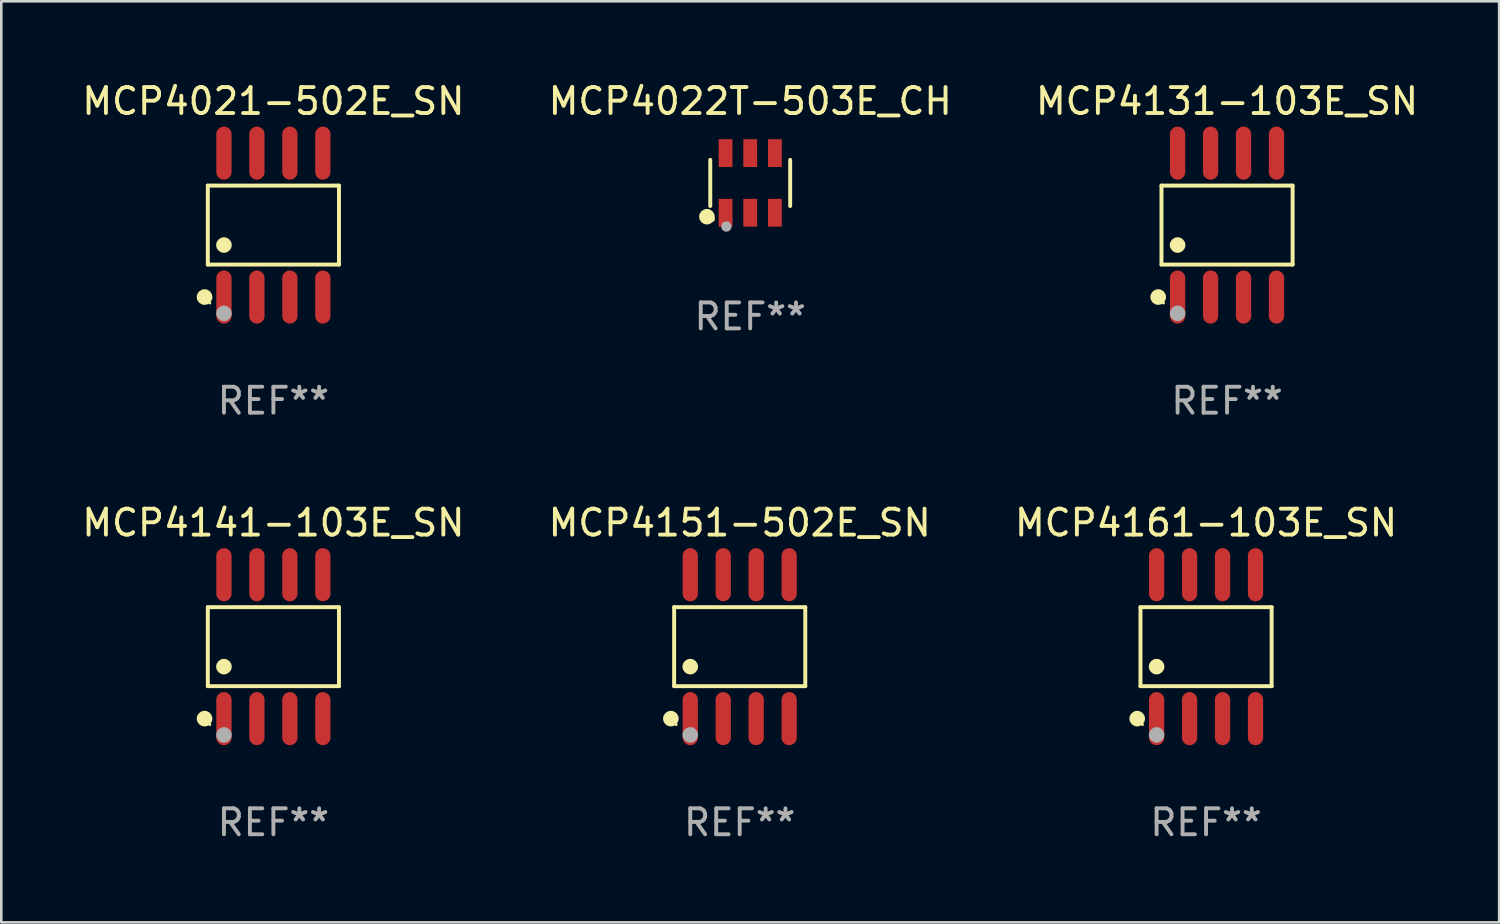
<source format=kicad_pcb>
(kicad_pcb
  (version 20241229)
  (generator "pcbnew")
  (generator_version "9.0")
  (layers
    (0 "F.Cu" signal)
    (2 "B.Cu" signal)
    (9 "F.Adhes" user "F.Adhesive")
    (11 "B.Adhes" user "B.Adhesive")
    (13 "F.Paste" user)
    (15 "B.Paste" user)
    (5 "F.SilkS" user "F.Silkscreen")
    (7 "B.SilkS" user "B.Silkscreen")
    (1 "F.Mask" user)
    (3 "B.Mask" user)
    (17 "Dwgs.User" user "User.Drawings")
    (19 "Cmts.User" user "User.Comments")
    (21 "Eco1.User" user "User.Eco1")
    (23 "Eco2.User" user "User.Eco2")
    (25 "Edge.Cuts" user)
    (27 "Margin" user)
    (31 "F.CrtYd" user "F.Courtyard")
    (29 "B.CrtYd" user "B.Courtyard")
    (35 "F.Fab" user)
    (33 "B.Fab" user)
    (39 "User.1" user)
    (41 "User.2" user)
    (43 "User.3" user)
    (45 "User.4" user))
  (footprint "MCP4161-103E_SN"
    (layer "F.Cu")
    (at 43.411 21.862)
    (property "Reference" "MCP4161-103E_SN" (at 0 -4.772 0) (layer "F.SilkS") (effects (font (size 1 1) (thickness 0.15))))
    (attr through_hole)
    (fp_line (start -2.526 -1.521) (end 2.526 -1.521) (stroke (width 0.152) (type solid)) (layer "F.SilkS"))
    (fp_line (start -2.526 1.521) (end -2.526 -1.521) (stroke (width 0.152) (type solid)) (layer "F.SilkS"))
    (fp_line (start 2.526 -1.521) (end 2.526 1.521) (stroke (width 0.152) (type solid)) (layer "F.SilkS"))
    (fp_line (start 2.526 1.521) (end -2.526 1.521) (stroke (width 0.152) (type solid)) (layer "F.SilkS"))
    (fp_circle (center -2.652 2.772) (end -2.501 2.772) (stroke (width 0.3) (type solid)) (fill no) (layer "F.SilkS"))
    (fp_circle (center -2.45 3) (end -2.42 3) (stroke (width 0.06) (type solid)) (fill no) (layer "F.SilkS"))
    (fp_circle (center -1.905 0.769) (end -1.755 0.769) (stroke (width 0.3) (type solid)) (fill no) (layer "F.SilkS"))
    (fp_circle (center -1.905 3.4) (end -1.755 3.4) (stroke (width 0.3) (type solid)) (fill no) (layer "F.Fab"))
    (fp_text user "REF**" (at 0 6.772 0) (layer "F.Fab") (effects (font (size 1 1) (thickness 0.15))))
    (pad "1" smd oval (at -1.905 2.772) (size 0.588 2.045) (layers "F.Cu" "F.Mask" "F.Paste"))
    (pad "2" smd oval (at -0.635 2.772) (size 0.588 2.045) (layers "F.Cu" "F.Mask" "F.Paste"))
    (pad "3" smd oval (at 0.635 2.772) (size 0.588 2.045) (layers "F.Cu" "F.Mask" "F.Paste"))
    (pad "4" smd oval (at 1.905 2.772) (size 0.588 2.045) (layers "F.Cu" "F.Mask" "F.Paste"))
    (pad "5" smd oval (at 1.905 -2.772) (size 0.588 2.045) (layers "F.Cu" "F.Mask" "F.Paste"))
    (pad "6" smd oval (at 0.635 -2.772) (size 0.588 2.045) (layers "F.Cu" "F.Mask" "F.Paste"))
    (pad "7" smd oval (at -0.635 -2.772) (size 0.588 2.045) (layers "F.Cu" "F.Mask" "F.Paste"))
    (pad "8" smd oval (at -1.905 -2.772) (size 0.588 2.045) (layers "F.Cu" "F.Mask" "F.Paste")))
  (footprint "MCP4022T-503E_CH"
    (layer "F.Cu")
    (at 25.851 3.997)
    (property "Reference" "MCP4022T-503E_CH" (at 0 -3.149 0) (layer "F.SilkS") (effects (font (size 1 1) (thickness 0.15))))
    (attr through_hole)
    (fp_line (start -1.539 0.889) (end -1.539 -0.889) (stroke (width 0.152) (type solid)) (layer "F.SilkS"))
    (fp_line (start 1.539 0.889) (end 1.539 -0.889) (stroke (width 0.152) (type solid)) (layer "F.SilkS"))
    (fp_circle (center -1.668 1.301) (end -1.518 1.301) (stroke (width 0.3) (type solid)) (fill no) (layer "F.SilkS"))
    (fp_circle (center -1.463 1.4) (end -1.413 1.4) (stroke (width 0.1) (type solid)) (fill no) (layer "F.SilkS"))
    (fp_circle (center -0.92 1.68) (end -0.82 1.68) (stroke (width 0.2) (type solid)) (fill no) (layer "F.Fab"))
    (fp_text user "REF**" (at 0 5.149 0) (layer "F.Fab") (effects (font (size 1 1) (thickness 0.15))))
    (pad "1" smd rect (at -0.95 1.149) (size 0.532 1.072) (layers "F.Cu" "F.Mask" "F.Paste"))
    (pad "2" smd rect (at 0 1.149) (size 0.532 1.072) (layers "F.Cu" "F.Mask" "F.Paste"))
    (pad "3" smd rect (at 0.95 1.149) (size 0.532 1.072) (layers "F.Cu" "F.Mask" "F.Paste"))
    (pad "4" smd rect (at 0.95 -1.149) (size 0.532 1.072) (layers "F.Cu" "F.Mask" "F.Paste"))
    (pad "5" smd rect (at 0 -1.149) (size 0.532 1.072) (layers "F.Cu" "F.Mask" "F.Paste"))
    (pad "6" smd rect (at -0.95 -1.149) (size 0.532 1.072) (layers "F.Cu" "F.Mask" "F.Paste")))
  (footprint "MCP4021-502E_SN"
    (layer "F.Cu")
    (at 7.482 5.621)
    (property "Reference" "MCP4021-502E_SN" (at 0 -4.772 0) (layer "F.SilkS") (effects (font (size 1 1) (thickness 0.15))))
    (attr through_hole)
    (fp_line (start -2.526 -1.521) (end 2.526 -1.521) (stroke (width 0.152) (type solid)) (layer "F.SilkS"))
    (fp_line (start -2.526 1.521) (end -2.526 -1.521) (stroke (width 0.152) (type solid)) (layer "F.SilkS"))
    (fp_line (start 2.526 -1.521) (end 2.526 1.521) (stroke (width 0.152) (type solid)) (layer "F.SilkS"))
    (fp_line (start 2.526 1.521) (end -2.526 1.521) (stroke (width 0.152) (type solid)) (layer "F.SilkS"))
    (fp_circle (center -2.652 2.772) (end -2.501 2.772) (stroke (width 0.3) (type solid)) (fill no) (layer "F.SilkS"))
    (fp_circle (center -2.45 3) (end -2.42 3) (stroke (width 0.06) (type solid)) (fill no) (layer "F.SilkS"))
    (fp_circle (center -1.905 0.769) (end -1.755 0.769) (stroke (width 0.3) (type solid)) (fill no) (layer "F.SilkS"))
    (fp_circle (center -1.905 3.4) (end -1.755 3.4) (stroke (width 0.3) (type solid)) (fill no) (layer "F.Fab"))
    (fp_text user "REF**" (at 0 6.772 0) (layer "F.Fab") (effects (font (size 1 1) (thickness 0.15))))
    (pad "1" smd oval (at -1.905 2.772) (size 0.588 2.045) (layers "F.Cu" "F.Mask" "F.Paste"))
    (pad "2" smd oval (at -0.635 2.772) (size 0.588 2.045) (layers "F.Cu" "F.Mask" "F.Paste"))
    (pad "3" smd oval (at 0.635 2.772) (size 0.588 2.045) (layers "F.Cu" "F.Mask" "F.Paste"))
    (pad "4" smd oval (at 1.905 2.772) (size 0.588 2.045) (layers "F.Cu" "F.Mask" "F.Paste"))
    (pad "5" smd oval (at 1.905 -2.772) (size 0.588 2.045) (layers "F.Cu" "F.Mask" "F.Paste"))
    (pad "6" smd oval (at 0.635 -2.772) (size 0.588 2.045) (layers "F.Cu" "F.Mask" "F.Paste"))
    (pad "7" smd oval (at -0.635 -2.772) (size 0.588 2.045) (layers "F.Cu" "F.Mask" "F.Paste"))
    (pad "8" smd oval (at -1.905 -2.772) (size 0.588 2.045) (layers "F.Cu" "F.Mask" "F.Paste")))
  (footprint "MCP4151-502E_SN"
    (layer "F.Cu")
    (at 25.446 21.862)
    (property "Reference" "MCP4151-502E_SN" (at 0 -4.772 0) (layer "F.SilkS") (effects (font (size 1 1) (thickness 0.15))))
    (attr through_hole)
    (fp_line (start -2.526 -1.521) (end 2.526 -1.521) (stroke (width 0.152) (type solid)) (layer "F.SilkS"))
    (fp_line (start -2.526 1.521) (end -2.526 -1.521) (stroke (width 0.152) (type solid)) (layer "F.SilkS"))
    (fp_line (start 2.526 -1.521) (end 2.526 1.521) (stroke (width 0.152) (type solid)) (layer "F.SilkS"))
    (fp_line (start 2.526 1.521) (end -2.526 1.521) (stroke (width 0.152) (type solid)) (layer "F.SilkS"))
    (fp_circle (center -2.652 2.772) (end -2.501 2.772) (stroke (width 0.3) (type solid)) (fill no) (layer "F.SilkS"))
    (fp_circle (center -2.45 3) (end -2.42 3) (stroke (width 0.06) (type solid)) (fill no) (layer "F.SilkS"))
    (fp_circle (center -1.905 0.769) (end -1.755 0.769) (stroke (width 0.3) (type solid)) (fill no) (layer "F.SilkS"))
    (fp_circle (center -1.905 3.4) (end -1.755 3.4) (stroke (width 0.3) (type solid)) (fill no) (layer "F.Fab"))
    (fp_text user "REF**" (at 0 6.772 0) (layer "F.Fab") (effects (font (size 1 1) (thickness 0.15))))
    (pad "1" smd oval (at -1.905 2.772) (size 0.588 2.045) (layers "F.Cu" "F.Mask" "F.Paste"))
    (pad "2" smd oval (at -0.635 2.772) (size 0.588 2.045) (layers "F.Cu" "F.Mask" "F.Paste"))
    (pad "3" smd oval (at 0.635 2.772) (size 0.588 2.045) (layers "F.Cu" "F.Mask" "F.Paste"))
    (pad "4" smd oval (at 1.905 2.772) (size 0.588 2.045) (layers "F.Cu" "F.Mask" "F.Paste"))
    (pad "5" smd oval (at 1.905 -2.772) (size 0.588 2.045) (layers "F.Cu" "F.Mask" "F.Paste"))
    (pad "6" smd oval (at 0.635 -2.772) (size 0.588 2.045) (layers "F.Cu" "F.Mask" "F.Paste"))
    (pad "7" smd oval (at -0.635 -2.772) (size 0.588 2.045) (layers "F.Cu" "F.Mask" "F.Paste"))
    (pad "8" smd oval (at -1.905 -2.772) (size 0.588 2.045) (layers "F.Cu" "F.Mask" "F.Paste")))
  (footprint "MCP4131-103E_SN"
    (layer "F.Cu")
    (at 44.22 5.621)
    (property "Reference" "MCP4131-103E_SN" (at 0 -4.772 0) (layer "F.SilkS") (effects (font (size 1 1) (thickness 0.15))))
    (attr through_hole)
    (fp_line (start -2.526 -1.521) (end 2.526 -1.521) (stroke (width 0.152) (type solid)) (layer "F.SilkS"))
    (fp_line (start -2.526 1.521) (end -2.526 -1.521) (stroke (width 0.152) (type solid)) (layer "F.SilkS"))
    (fp_line (start 2.526 -1.521) (end 2.526 1.521) (stroke (width 0.152) (type solid)) (layer "F.SilkS"))
    (fp_line (start 2.526 1.521) (end -2.526 1.521) (stroke (width 0.152) (type solid)) (layer "F.SilkS"))
    (fp_circle (center -2.652 2.772) (end -2.501 2.772) (stroke (width 0.3) (type solid)) (fill no) (layer "F.SilkS"))
    (fp_circle (center -2.45 3) (end -2.42 3) (stroke (width 0.06) (type solid)) (fill no) (layer "F.SilkS"))
    (fp_circle (center -1.905 0.769) (end -1.755 0.769) (stroke (width 0.3) (type solid)) (fill no) (layer "F.SilkS"))
    (fp_circle (center -1.905 3.4) (end -1.755 3.4) (stroke (width 0.3) (type solid)) (fill no) (layer "F.Fab"))
    (fp_text user "REF**" (at 0 6.772 0) (layer "F.Fab") (effects (font (size 1 1) (thickness 0.15))))
    (pad "1" smd oval (at -1.905 2.772) (size 0.588 2.045) (layers "F.Cu" "F.Mask" "F.Paste"))
    (pad "2" smd oval (at -0.635 2.772) (size 0.588 2.045) (layers "F.Cu" "F.Mask" "F.Paste"))
    (pad "3" smd oval (at 0.635 2.772) (size 0.588 2.045) (layers "F.Cu" "F.Mask" "F.Paste"))
    (pad "4" smd oval (at 1.905 2.772) (size 0.588 2.045) (layers "F.Cu" "F.Mask" "F.Paste"))
    (pad "5" smd oval (at 1.905 -2.772) (size 0.588 2.045) (layers "F.Cu" "F.Mask" "F.Paste"))
    (pad "6" smd oval (at 0.635 -2.772) (size 0.588 2.045) (layers "F.Cu" "F.Mask" "F.Paste"))
    (pad "7" smd oval (at -0.635 -2.772) (size 0.588 2.045) (layers "F.Cu" "F.Mask" "F.Paste"))
    (pad "8" smd oval (at -1.905 -2.772) (size 0.588 2.045) (layers "F.Cu" "F.Mask" "F.Paste")))
  (footprint "MCP4141-103E_SN"
    (layer "F.Cu")
    (at 7.482 21.862)
    (property "Reference" "MCP4141-103E_SN" (at 0 -4.772 0) (layer "F.SilkS") (effects (font (size 1 1) (thickness 0.15))))
    (attr through_hole)
    (fp_line (start -2.526 -1.521) (end 2.526 -1.521) (stroke (width 0.152) (type solid)) (layer "F.SilkS"))
    (fp_line (start -2.526 1.521) (end -2.526 -1.521) (stroke (width 0.152) (type solid)) (layer "F.SilkS"))
    (fp_line (start 2.526 -1.521) (end 2.526 1.521) (stroke (width 0.152) (type solid)) (layer "F.SilkS"))
    (fp_line (start 2.526 1.521) (end -2.526 1.521) (stroke (width 0.152) (type solid)) (layer "F.SilkS"))
    (fp_circle (center -2.652 2.772) (end -2.501 2.772) (stroke (width 0.3) (type solid)) (fill no) (layer "F.SilkS"))
    (fp_circle (center -2.45 3) (end -2.42 3) (stroke (width 0.06) (type solid)) (fill no) (layer "F.SilkS"))
    (fp_circle (center -1.905 0.769) (end -1.755 0.769) (stroke (width 0.3) (type solid)) (fill no) (layer "F.SilkS"))
    (fp_circle (center -1.905 3.4) (end -1.755 3.4) (stroke (width 0.3) (type solid)) (fill no) (layer "F.Fab"))
    (fp_text user "REF**" (at 0 6.772 0) (layer "F.Fab") (effects (font (size 1 1) (thickness 0.15))))
    (pad "1" smd oval (at -1.905 2.772) (size 0.588 2.045) (layers "F.Cu" "F.Mask" "F.Paste"))
    (pad "2" smd oval (at -0.635 2.772) (size 0.588 2.045) (layers "F.Cu" "F.Mask" "F.Paste"))
    (pad "3" smd oval (at 0.635 2.772) (size 0.588 2.045) (layers "F.Cu" "F.Mask" "F.Paste"))
    (pad "4" smd oval (at 1.905 2.772) (size 0.588 2.045) (layers "F.Cu" "F.Mask" "F.Paste"))
    (pad "5" smd oval (at 1.905 -2.772) (size 0.588 2.045) (layers "F.Cu" "F.Mask" "F.Paste"))
    (pad "6" smd oval (at 0.635 -2.772) (size 0.588 2.045) (layers "F.Cu" "F.Mask" "F.Paste"))
    (pad "7" smd oval (at -0.635 -2.772) (size 0.588 2.045) (layers "F.Cu" "F.Mask" "F.Paste"))
    (pad "8" smd oval (at -1.905 -2.772) (size 0.588 2.045) (layers "F.Cu" "F.Mask" "F.Paste")))
  (gr_rect
    (start -3 -3)
    (end 54.702 32.483)
    (stroke (width 0.1) (type default))
    (fill no)
    (layer "Edge.Cuts")))
</source>
